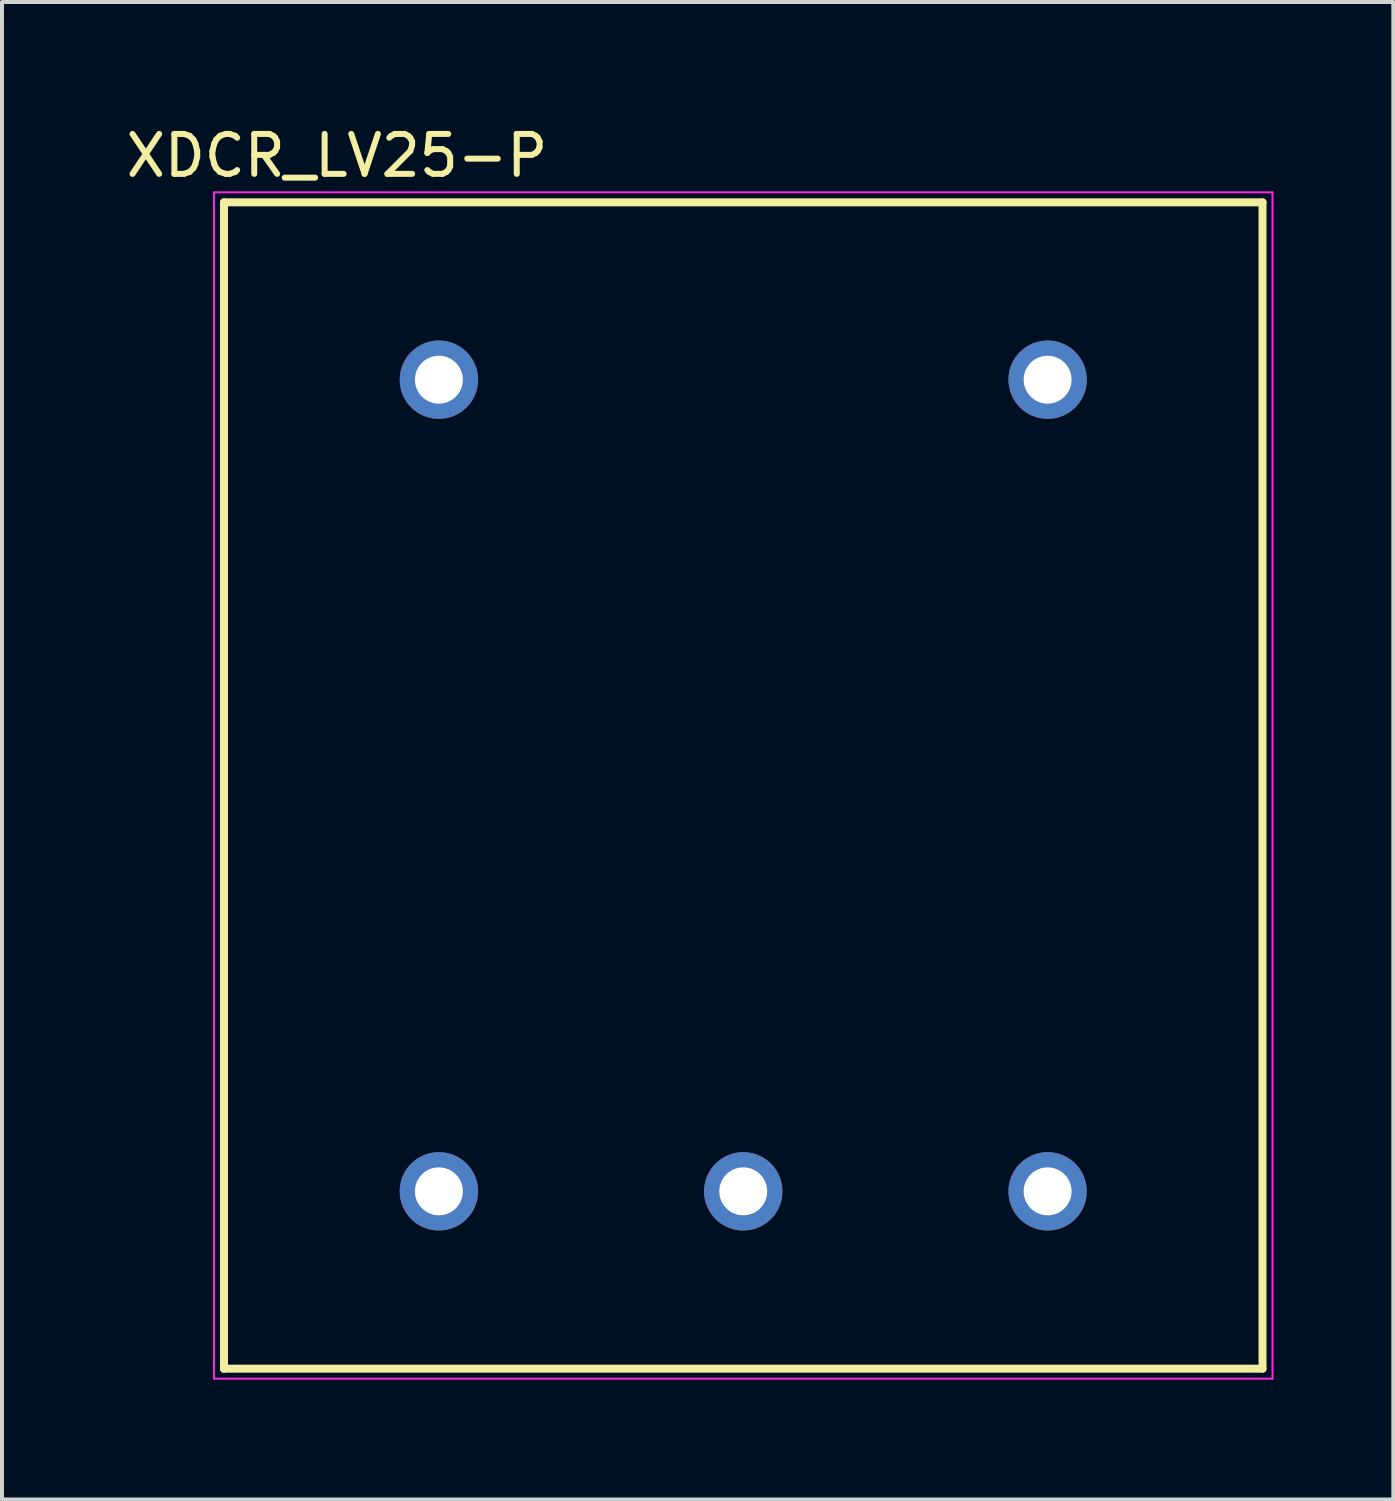
<source format=kicad_pcb>
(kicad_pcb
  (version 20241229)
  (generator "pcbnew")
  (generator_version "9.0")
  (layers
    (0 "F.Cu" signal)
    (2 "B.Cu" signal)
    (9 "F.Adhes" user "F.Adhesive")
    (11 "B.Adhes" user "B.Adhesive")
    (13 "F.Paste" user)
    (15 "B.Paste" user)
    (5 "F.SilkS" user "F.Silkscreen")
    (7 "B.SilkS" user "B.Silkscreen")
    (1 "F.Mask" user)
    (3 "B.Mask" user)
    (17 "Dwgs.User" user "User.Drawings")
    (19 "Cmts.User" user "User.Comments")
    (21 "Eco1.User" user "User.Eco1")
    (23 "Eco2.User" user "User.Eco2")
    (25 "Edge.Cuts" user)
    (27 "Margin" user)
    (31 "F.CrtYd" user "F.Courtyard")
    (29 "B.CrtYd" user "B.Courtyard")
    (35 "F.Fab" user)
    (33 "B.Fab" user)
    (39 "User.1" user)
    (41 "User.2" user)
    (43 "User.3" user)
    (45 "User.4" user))
  (footprint "XDCR_LV25-P"
    (layer "F.Cu")
    (at 15.558 16.616)
    (property "Reference" "XDCR_LV25-P" (at -10.171 -15.768 0) (layer "F.SilkS") (effects (font (size 1 1) (thickness 0.15))))
    (attr through_hole)
    (fp_line (start -13 -14.6) (end 13 -14.6) (stroke (width 0.2) (type solid)) (layer "F.SilkS"))
    (fp_line (start -13 14.6) (end -13 -14.6) (stroke (width 0.2) (type solid)) (layer "F.SilkS"))
    (fp_line (start 13 -14.6) (end 13 14.6) (stroke (width 0.2) (type solid)) (layer "F.SilkS"))
    (fp_line (start 13 14.6) (end -13 14.6) (stroke (width 0.2) (type solid)) (layer "F.SilkS"))
    (fp_line (start -13.25 -14.85) (end 13.25 -14.85) (stroke (width 0.05) (type solid)) (layer "F.CrtYd"))
    (fp_line (start -13.25 14.85) (end -13.25 -14.85) (stroke (width 0.05) (type solid)) (layer "F.CrtYd"))
    (fp_line (start 13.25 -14.85) (end 13.25 14.85) (stroke (width 0.05) (type solid)) (layer "F.CrtYd"))
    (fp_line (start 13.25 14.85) (end -13.25 14.85) (stroke (width 0.05) (type solid)) (layer "F.CrtYd"))
    (pad "1" thru_hole circle (at -7.62 -10.16) (size 1.962 1.962) (drill 1.2) (layers "*.Cu" "*.Mask"))
    (pad "2" thru_hole circle (at 7.62 -10.16) (size 1.962 1.962) (drill 1.2) (layers "*.Cu" "*.Mask"))
    (pad "3" thru_hole circle (at -7.62 10.16) (size 1.962 1.962) (drill 1.2) (layers "*.Cu" "*.Mask"))
    (pad "4" thru_hole circle (at 0 10.16) (size 1.962 1.962) (drill 1.2) (layers "*.Cu" "*.Mask"))
    (pad "5" thru_hole circle (at 7.62 10.16) (size 1.962 1.962) (drill 1.2) (layers "*.Cu" "*.Mask")))
  (gr_rect
    (start -3 -3)
    (end 31.833 34.491)
    (stroke (width 0.1) (type default))
    (fill no)
    (layer "Edge.Cuts")))
</source>
